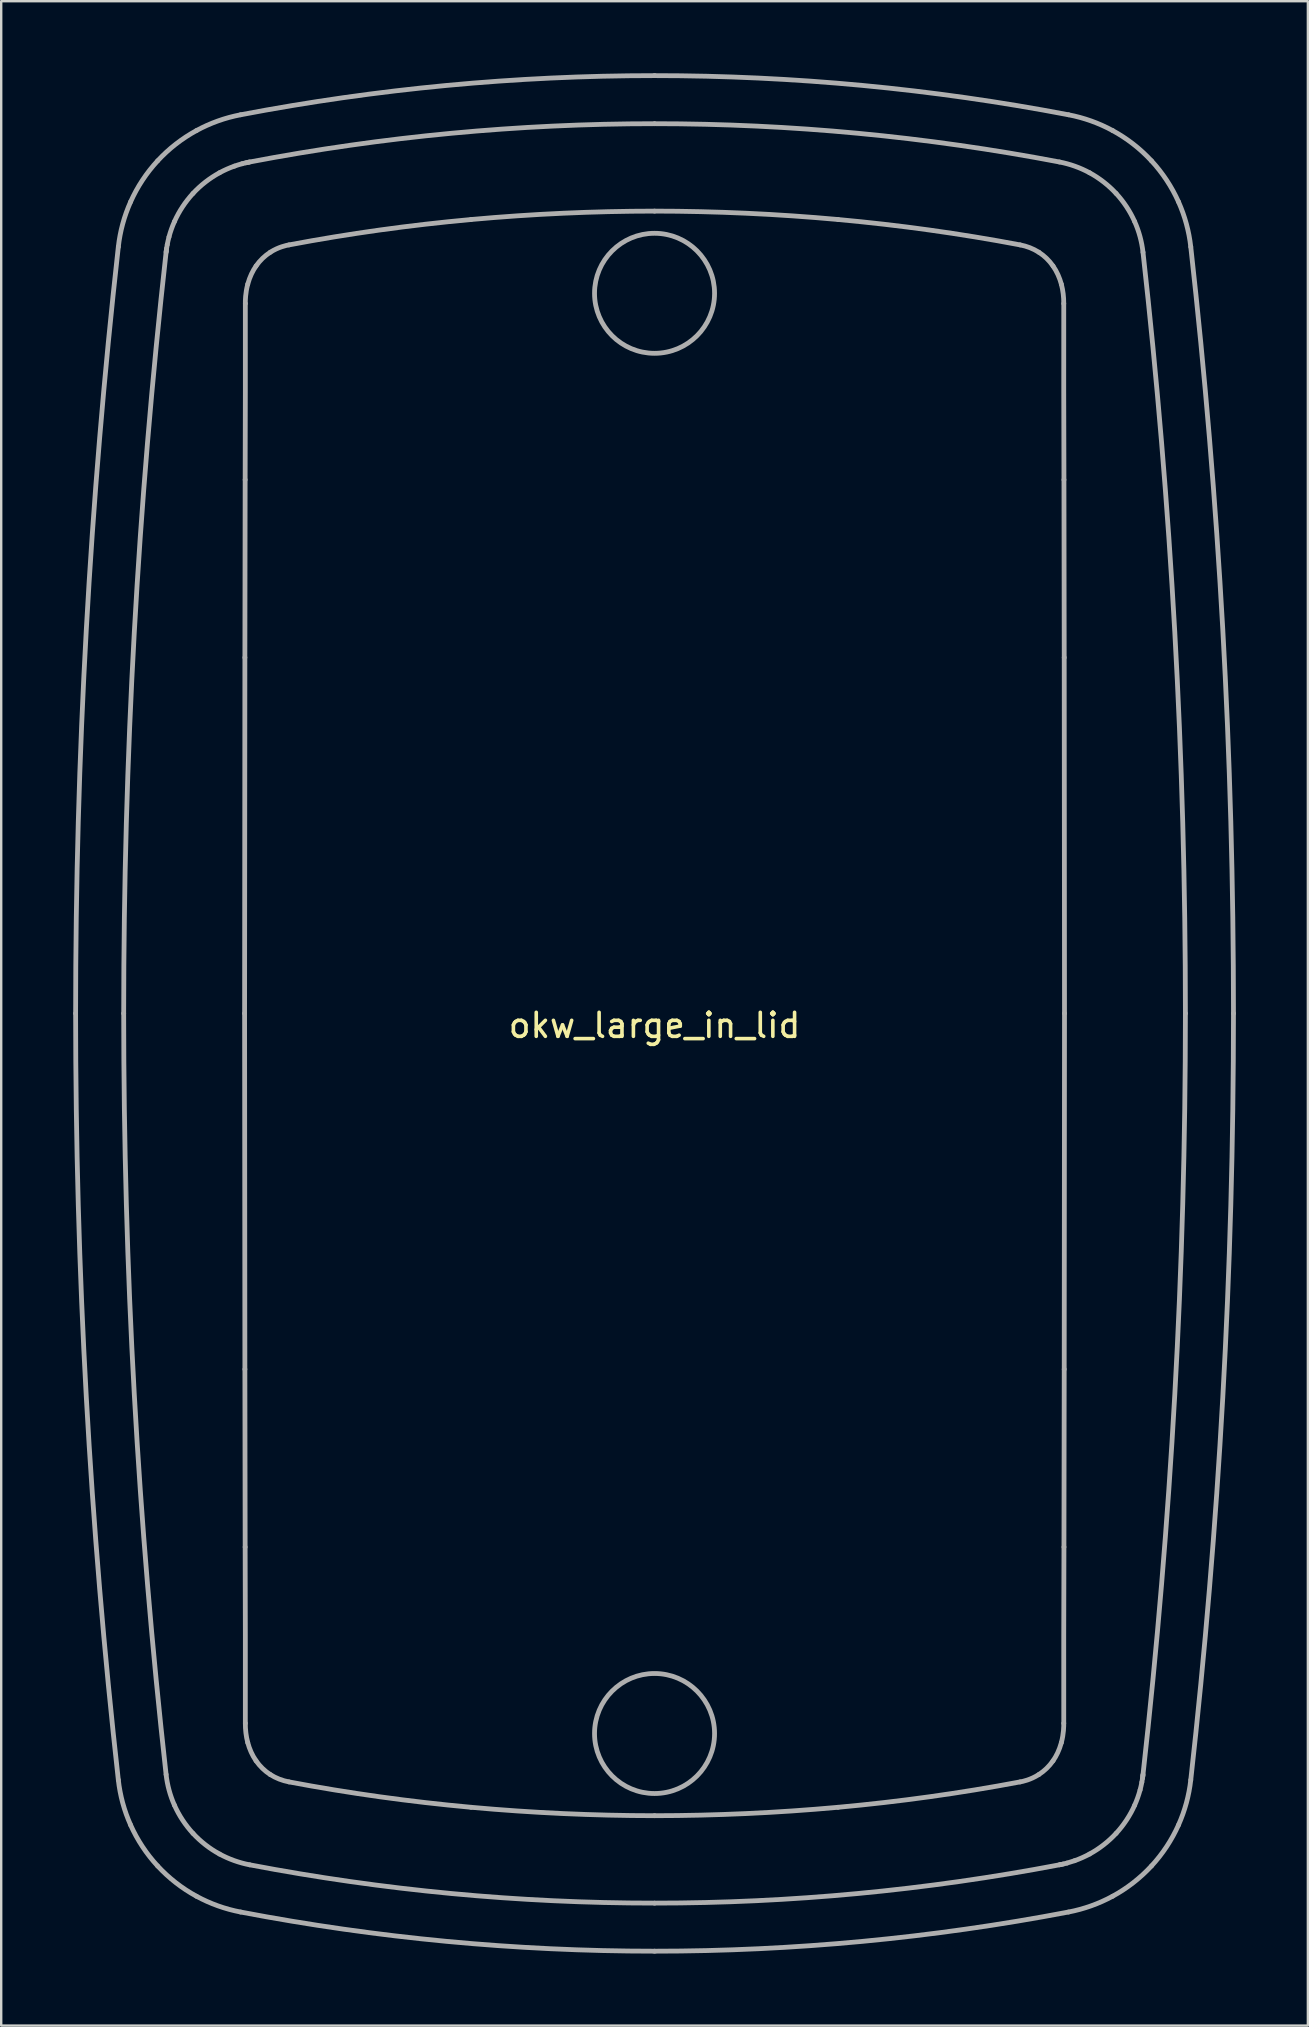
<source format=kicad_pcb>
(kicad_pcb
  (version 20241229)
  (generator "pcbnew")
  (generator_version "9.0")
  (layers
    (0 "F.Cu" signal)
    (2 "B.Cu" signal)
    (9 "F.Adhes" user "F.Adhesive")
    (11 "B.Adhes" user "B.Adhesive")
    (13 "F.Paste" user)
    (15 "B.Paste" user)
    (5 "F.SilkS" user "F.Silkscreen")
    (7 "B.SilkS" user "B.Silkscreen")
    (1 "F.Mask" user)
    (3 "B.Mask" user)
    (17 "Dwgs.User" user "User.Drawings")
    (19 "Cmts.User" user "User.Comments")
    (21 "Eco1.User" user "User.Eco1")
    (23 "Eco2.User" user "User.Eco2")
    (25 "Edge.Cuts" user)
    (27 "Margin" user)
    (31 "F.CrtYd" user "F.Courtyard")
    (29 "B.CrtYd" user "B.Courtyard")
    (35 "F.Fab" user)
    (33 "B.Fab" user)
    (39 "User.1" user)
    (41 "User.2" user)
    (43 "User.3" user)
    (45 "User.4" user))
  (footprint "okw_large_in_lid"
    (layer "F.Cu")
    (at 24.219 39.169)
    (property "Reference" "okw_large_in_lid" (at 0 0.5 0) (layer "F.SilkS") (effects (font (size 1 1) (thickness 0.15))))
    (attr through_hole)
    (fp_arc (start -24.118575 -0.000009) (mid -23.673411 -15.991972) (end -22.339299 -31.934405) (stroke (width 0.2) (type solid)) (layer "F.Fab"))
    (fp_arc (start -22.339299 31.934387) (mid -23.673411 15.991954) (end -24.118575 -0.000009) (stroke (width 0.2) (type solid)) (layer "F.Fab"))
    (fp_arc (start -22.115831 -0.000009) (mid -21.673883 -15.878506) (end -20.349407 -31.707837) (stroke (width 0.2) (type solid)) (layer "F.Fab"))
    (fp_arc (start -20.349406 31.707823) (mid -21.673882 15.87849) (end -22.11583 -0.000009) (stroke (width 0.2) (type solid)) (layer "F.Fab"))
    (fp_arc (start -17.246541 -37.437011) (mid -8.6618 -38.659773) (end -0.000057 -39.068575) (stroke (width 0.2) (type solid)) (layer "F.Fab"))
    (fp_arc (start -16.866793 -35.470594) (mid -8.47106 -36.666131) (end -0.000057 -37.06583) (stroke (width 0.2) (type solid)) (layer "F.Fab"))
    (fp_arc (start -0.000058 -37.06583) (mid 8.470948 -36.66613) (end 16.866685 -35.470593) (stroke (width 0.2) (type solid)) (layer "F.Fab"))
    (fp_arc (start -0.000057 -39.068575) (mid 8.661686 -38.659773) (end 17.246427 -37.437011) (stroke (width 0.2) (type solid)) (layer "F.Fab"))
    (fp_arc (start -0.000057 39.068557) (mid -8.6618 38.659755) (end -17.246541 37.436993) (stroke (width 0.2) (type solid)) (layer "F.Fab"))
    (fp_arc (start -0.000056 37.065812) (mid -8.471062 36.666112) (end -16.866799 35.470575) (stroke (width 0.2) (type solid)) (layer "F.Fab"))
    (fp_arc (start 16.866679 35.470576) (mid 8.470946 36.666113) (end -0.000057 37.065812) (stroke (width 0.2) (type solid)) (layer "F.Fab"))
    (fp_arc (start 17.246427 37.436993) (mid 8.661686 38.659755) (end -0.000057 39.068557) (stroke (width 0.2) (type solid)) (layer "F.Fab"))
    (fp_arc (start 20.349292 -31.707841) (mid 21.673768 -15.878508) (end 22.115716 -0.000009) (stroke (width 0.2) (type solid)) (layer "F.Fab"))
    (fp_arc (start 22.115717 -0.000009) (mid 21.673769 15.878488) (end 20.349293 31.707819) (stroke (width 0.2) (type solid)) (layer "F.Fab"))
    (fp_arc (start 22.339185 -31.934405) (mid 23.673297 -15.991972) (end 24.118461 -0.000009) (stroke (width 0.2) (type solid)) (layer "F.Fab"))
    (fp_arc (start 24.118461 -0.00001) (mid 23.673297 15.991953) (end 22.339185 31.934387) (stroke (width 0.2) (type solid)) (layer "F.Fab"))
    (fp_circle (center -0.000057 -30) (end 2.5 -30) (stroke (width 0.2) (type solid)) (fill no) (layer "F.Fab"))
    (fp_circle (center -0.000057 30) (end 2.5 30) (stroke (width 0.2) (type solid)) (fill no) (layer "F.Fab"))
    (fp_curve (pts (xy -22.339 -31.934) (xy -22.267 -32.583) (xy -22.095 -33.216) (xy -21.828 -33.811)) (stroke (width 0.2) (type solid)) (layer "F.Fab"))
    (fp_curve (pts (xy -22.339 31.934) (xy -22.267 32.583) (xy -22.095 33.216) (xy -21.828 33.811)) (stroke (width 0.2) (type solid)) (layer "F.Fab"))
    (fp_curve (pts (xy -21.828 -33.811) (xy -21.548 -34.438) (xy -21.167 -35.015) (xy -20.701 -35.52)) (stroke (width 0.2) (type solid)) (layer "F.Fab"))
    (fp_curve (pts (xy -21.828 33.811) (xy -21.548 34.438) (xy -21.167 35.015) (xy -20.701 35.52)) (stroke (width 0.2) (type solid)) (layer "F.Fab"))
    (fp_curve (pts (xy -20.701 -35.52) (xy -20.234 -36.025) (xy -19.687 -36.451) (xy -19.083 -36.78)) (stroke (width 0.2) (type solid)) (layer "F.Fab"))
    (fp_curve (pts (xy -20.701 35.52) (xy -20.234 36.025) (xy -19.687 36.451) (xy -19.083 36.78)) (stroke (width 0.2) (type solid)) (layer "F.Fab"))
    (fp_curve (pts (xy -20.349 -31.708) (xy -20.347 -31.728) (xy -20.346 -31.735) (xy -20.345 -31.748)) (stroke (width 0.2) (type solid)) (layer "F.Fab"))
    (fp_curve (pts (xy -20.349 31.708) (xy -20.3 32.148) (xy -20.182 32.585) (xy -20 32.991)) (stroke (width 0.2) (type solid)) (layer "F.Fab"))
    (fp_curve (pts (xy -20.345 -31.748) (xy -20.343 -31.761) (xy -20.341 -31.774) (xy -20.34 -31.787)) (stroke (width 0.2) (type solid)) (layer "F.Fab"))
    (fp_curve (pts (xy -20.34 -31.787) (xy -20.336 -31.814) (xy -20.333 -31.841) (xy -20.329 -31.867)) (stroke (width 0.2) (type solid)) (layer "F.Fab"))
    (fp_curve (pts (xy -20.329 -31.867) (xy -20.321 -31.921) (xy -20.311 -31.975) (xy -20.301 -32.028)) (stroke (width 0.2) (type solid)) (layer "F.Fab"))
    (fp_curve (pts (xy -20.301 -32.028) (xy -20.281 -32.136) (xy -20.256 -32.244) (xy -20.228 -32.351)) (stroke (width 0.2) (type solid)) (layer "F.Fab"))
    (fp_curve (pts (xy -20.228 -32.351) (xy -20.169 -32.571) (xy -20.092 -32.785) (xy -20 -32.991)) (stroke (width 0.2) (type solid)) (layer "F.Fab"))
    (fp_curve (pts (xy -20 -32.991) (xy -19.81 -33.417) (xy -19.546 -33.816) (xy -19.229 -34.16)) (stroke (width 0.2) (type solid)) (layer "F.Fab"))
    (fp_curve (pts (xy -20 32.991) (xy -19.809 33.419) (xy -19.546 33.817) (xy -19.229 34.16)) (stroke (width 0.2) (type solid)) (layer "F.Fab"))
    (fp_curve (pts (xy -19.229 34.16) (xy -18.911 34.504) (xy -18.533 34.798) (xy -18.122 35.022)) (stroke (width 0.2) (type solid)) (layer "F.Fab"))
    (fp_curve (pts (xy -19.229 -34.16) (xy -18.912 -34.504) (xy -18.532 -34.798) (xy -18.122 -35.022)) (stroke (width 0.2) (type solid)) (layer "F.Fab"))
    (fp_curve (pts (xy -19.083 -36.78) (xy -18.508 -37.093) (xy -17.889 -37.314) (xy -17.247 -37.437)) (stroke (width 0.2) (type solid)) (layer "F.Fab"))
    (fp_curve (pts (xy -19.083 36.78) (xy -18.508 37.093) (xy -17.889 37.314) (xy -17.247 37.437)) (stroke (width 0.2) (type solid)) (layer "F.Fab"))
    (fp_curve (pts (xy -18.122 35.022) (xy -17.732 35.234) (xy -17.304 35.387) (xy -16.867 35.471)) (stroke (width 0.2) (type solid)) (layer "F.Fab"))
    (fp_curve (pts (xy -18.122 -35.022) (xy -17.924 -35.13) (xy -17.715 -35.223) (xy -17.5 -35.299)) (stroke (width 0.2) (type solid)) (layer "F.Fab"))
    (fp_curve (pts (xy -17.5 -35.299) (xy -17.396 -35.336) (xy -17.29 -35.369) (xy -17.183 -35.398)) (stroke (width 0.2) (type solid)) (layer "F.Fab"))
    (fp_curve (pts (xy -17.183 -35.398) (xy -17.13 -35.412) (xy -17.078 -35.425) (xy -17.025 -35.437)) (stroke (width 0.2) (type solid)) (layer "F.Fab"))
    (fp_curve (pts (xy -17.067 -14.825) (xy -17.073 -9.891) (xy -17.078 -4.945) (xy -17.079 -0.000249)) (stroke (width 0.2) (type solid)) (layer "F.Fab"))
    (fp_curve (pts (xy -17.067 14.825) (xy -17.073 9.891) (xy -17.078 4.945) (xy -17.079 -0.000249)) (stroke (width 0.2) (type solid)) (layer "F.Fab"))
    (fp_curve (pts (xy -17.056 22.232) (xy -17.06 19.767) (xy -17.064 17.298) (xy -17.067 14.825)) (stroke (width 0.2) (type solid)) (layer "F.Fab"))
    (fp_curve (pts (xy -17.056 -22.233) (xy -17.06 -19.768) (xy -17.064 -17.298) (xy -17.067 -14.825)) (stroke (width 0.2) (type solid)) (layer "F.Fab"))
    (fp_curve (pts (xy -17.048 -29.573) (xy -17.049 -29.686) (xy -17.048 -30.006) (xy -16.948 -30.379)) (stroke (width 0.2) (type solid)) (layer "F.Fab"))
    (fp_curve (pts (xy -17.048 29.572) (xy -17.049 29.843) (xy -17.018 30.116) (xy -16.948 30.378)) (stroke (width 0.2) (type solid)) (layer "F.Fab"))
    (fp_curve (pts (xy -17.048 -29.573) (xy -17.041 -27.189) (xy -17.051 -24.732) (xy -17.056 -22.233)) (stroke (width 0.2) (type solid)) (layer "F.Fab"))
    (fp_curve (pts (xy -17.048 29.572) (xy -17.041 27.188) (xy -17.051 24.731) (xy -17.056 22.232)) (stroke (width 0.2) (type solid)) (layer "F.Fab"))
    (fp_curve (pts (xy -17.025 -35.437) (xy -16.998 -35.443) (xy -16.972 -35.449) (xy -16.946 -35.455)) (stroke (width 0.2) (type solid)) (layer "F.Fab"))
    (fp_curve (pts (xy -16.948 30.378) (xy -16.875 30.649) (xy -16.761 30.908) (xy -16.601 31.138)) (stroke (width 0.2) (type solid)) (layer "F.Fab"))
    (fp_curve (pts (xy -16.948 -30.379) (xy -16.863 -30.693) (xy -16.736 -30.944) (xy -16.6 -31.139)) (stroke (width 0.2) (type solid)) (layer "F.Fab"))
    (fp_curve (pts (xy -16.946 -35.455) (xy -16.933 -35.458) (xy -16.919 -35.46) (xy -16.906 -35.463)) (stroke (width 0.2) (type solid)) (layer "F.Fab"))
    (fp_curve (pts (xy -16.906 -35.463) (xy -16.894 -35.465) (xy -16.887 -35.467) (xy -16.867 -35.471)) (stroke (width 0.2) (type solid)) (layer "F.Fab"))
    (fp_curve (pts (xy -16.601 31.138) (xy -16.442 31.366) (xy -16.243 31.56) (xy -16.01 31.71)) (stroke (width 0.2) (type solid)) (layer "F.Fab"))
    (fp_curve (pts (xy -16.6 -31.139) (xy -16.442 -31.367) (xy -16.243 -31.56) (xy -16.009 -31.71)) (stroke (width 0.2) (type solid)) (layer "F.Fab"))
    (fp_curve (pts (xy -16.01 31.71) (xy -15.772 31.862) (xy -15.507 31.964) (xy -15.23 32.016)) (stroke (width 0.2) (type solid)) (layer "F.Fab"))
    (fp_curve (pts (xy -16.009 -31.71) (xy -15.665 -31.931) (xy -15.34 -31.996) (xy -15.229 -32.017)) (stroke (width 0.2) (type solid)) (layer "F.Fab"))
    (fp_curve (pts (xy -7.644 -33.074) (xy -10.202 -32.84) (xy -12.727 -32.49) (xy -15.229 -32.016)) (stroke (width 0.2) (type solid)) (layer "F.Fab"))
    (fp_curve (pts (xy -7.644 33.074) (xy -10.202 32.84) (xy -12.727 32.49) (xy -15.23 32.016)) (stroke (width 0.2) (type solid)) (layer "F.Fab"))
    (fp_curve (pts (xy -0.000057 -33.424) (xy -2.548 -33.422) (xy -5.107 -33.305) (xy -7.644 -33.074)) (stroke (width 0.2) (type solid)) (layer "F.Fab"))
    (fp_curve (pts (xy -0.000057 -33.424) (xy 2.548 -33.422) (xy 5.107 -33.305) (xy 7.644 -33.074)) (stroke (width 0.2) (type solid)) (layer "F.Fab"))
    (fp_curve (pts (xy 0.000449 33.424) (xy 2.549 33.422) (xy 5.108 33.305) (xy 7.644 33.074)) (stroke (width 0.2) (type solid)) (layer "F.Fab"))
    (fp_curve (pts (xy 0.000449 33.424) (xy -2.548 33.422) (xy -5.107 33.305) (xy -7.644 33.074)) (stroke (width 0.2) (type solid)) (layer "F.Fab"))
    (fp_curve (pts (xy 7.644 -33.074) (xy 10.202 -32.84) (xy 12.727 -32.49) (xy 15.23 -32.016)) (stroke (width 0.2) (type solid)) (layer "F.Fab"))
    (fp_curve (pts (xy 7.644 33.074) (xy 10.202 32.84) (xy 12.727 32.49) (xy 15.229 32.016)) (stroke (width 0.2) (type solid)) (layer "F.Fab"))
    (fp_curve (pts (xy 16.009 31.71) (xy 15.665 31.931) (xy 15.34 31.996) (xy 15.229 32.017)) (stroke (width 0.2) (type solid)) (layer "F.Fab"))
    (fp_curve (pts (xy 16.01 -31.71) (xy 15.772 -31.862) (xy 15.507 -31.964) (xy 15.23 -32.016)) (stroke (width 0.2) (type solid)) (layer "F.Fab"))
    (fp_curve (pts (xy 16.6 31.139) (xy 16.442 31.367) (xy 16.242 31.56) (xy 16.009 31.71)) (stroke (width 0.2) (type solid)) (layer "F.Fab"))
    (fp_curve (pts (xy 16.6 -31.138) (xy 16.442 -31.366) (xy 16.243 -31.56) (xy 16.01 -31.71)) (stroke (width 0.2) (type solid)) (layer "F.Fab"))
    (fp_curve (pts (xy 16.906 35.463) (xy 16.893 35.465) (xy 16.887 35.467) (xy 16.867 35.471)) (stroke (width 0.2) (type solid)) (layer "F.Fab"))
    (fp_curve (pts (xy 16.946 35.455) (xy 16.932 35.458) (xy 16.919 35.46) (xy 16.906 35.463)) (stroke (width 0.2) (type solid)) (layer "F.Fab"))
    (fp_curve (pts (xy 16.948 30.379) (xy 16.863 30.693) (xy 16.736 30.944) (xy 16.6 31.139)) (stroke (width 0.2) (type solid)) (layer "F.Fab"))
    (fp_curve (pts (xy 16.948 -30.378) (xy 16.875 -30.649) (xy 16.761 -30.908) (xy 16.6 -31.138)) (stroke (width 0.2) (type solid)) (layer "F.Fab"))
    (fp_curve (pts (xy 17.025 35.437) (xy 16.998 35.443) (xy 16.972 35.449) (xy 16.946 35.455)) (stroke (width 0.2) (type solid)) (layer "F.Fab"))
    (fp_curve (pts (xy 17.048 -29.572) (xy 17.041 -27.188) (xy 17.051 -24.731) (xy 17.056 -22.232)) (stroke (width 0.2) (type solid)) (layer "F.Fab"))
    (fp_curve (pts (xy 17.048 29.573) (xy 17.041 27.189) (xy 17.051 24.732) (xy 17.056 22.232)) (stroke (width 0.2) (type solid)) (layer "F.Fab"))
    (fp_curve (pts (xy 17.048 -29.572) (xy 17.049 -29.843) (xy 17.018 -30.116) (xy 16.948 -30.378)) (stroke (width 0.2) (type solid)) (layer "F.Fab"))
    (fp_curve (pts (xy 17.048 29.573) (xy 17.048 29.686) (xy 17.048 30.006) (xy 16.948 30.379)) (stroke (width 0.2) (type solid)) (layer "F.Fab"))
    (fp_curve (pts (xy 17.056 22.232) (xy 17.06 19.768) (xy 17.064 17.298) (xy 17.067 14.825)) (stroke (width 0.2) (type solid)) (layer "F.Fab"))
    (fp_curve (pts (xy 17.056 -22.232) (xy 17.06 -19.767) (xy 17.064 -17.298) (xy 17.067 -14.825)) (stroke (width 0.2) (type solid)) (layer "F.Fab"))
    (fp_curve (pts (xy 17.067 -14.825) (xy 17.073 -9.891) (xy 17.078 -4.945) (xy 17.079 -0.000009)) (stroke (width 0.2) (type solid)) (layer "F.Fab"))
    (fp_curve (pts (xy 17.067 14.825) (xy 17.073 9.891) (xy 17.078 4.945) (xy 17.079 -0.000009)) (stroke (width 0.2) (type solid)) (layer "F.Fab"))
    (fp_curve (pts (xy 17.183 35.398) (xy 17.13 35.412) (xy 17.078 35.425) (xy 17.025 35.437)) (stroke (width 0.2) (type solid)) (layer "F.Fab"))
    (fp_curve (pts (xy 17.5 35.299) (xy 17.395 35.336) (xy 17.29 35.369) (xy 17.183 35.398)) (stroke (width 0.2) (type solid)) (layer "F.Fab"))
    (fp_curve (pts (xy 18.122 35.022) (xy 17.923 35.13) (xy 17.715 35.223) (xy 17.5 35.299)) (stroke (width 0.2) (type solid)) (layer "F.Fab"))
    (fp_curve (pts (xy 18.122 -35.022) (xy 17.732 -35.234) (xy 17.304 -35.387) (xy 16.867 -35.471)) (stroke (width 0.2) (type solid)) (layer "F.Fab"))
    (fp_curve (pts (xy 19.083 -36.78) (xy 18.508 -37.093) (xy 17.889 -37.314) (xy 17.246 -37.437)) (stroke (width 0.2) (type solid)) (layer "F.Fab"))
    (fp_curve (pts (xy 19.083 36.78) (xy 18.508 37.093) (xy 17.889 37.314) (xy 17.246 37.437)) (stroke (width 0.2) (type solid)) (layer "F.Fab"))
    (fp_curve (pts (xy 19.229 34.16) (xy 18.911 34.504) (xy 18.532 34.798) (xy 18.122 35.022)) (stroke (width 0.2) (type solid)) (layer "F.Fab"))
    (fp_curve (pts (xy 19.229 -34.16) (xy 18.911 -34.504) (xy 18.533 -34.798) (xy 18.122 -35.022)) (stroke (width 0.2) (type solid)) (layer "F.Fab"))
    (fp_curve (pts (xy 20 -32.991) (xy 19.809 -33.419) (xy 19.546 -33.817) (xy 19.229 -34.16)) (stroke (width 0.2) (type solid)) (layer "F.Fab"))
    (fp_curve (pts (xy 20 32.991) (xy 19.81 33.417) (xy 19.546 33.816) (xy 19.229 34.16)) (stroke (width 0.2) (type solid)) (layer "F.Fab"))
    (fp_curve (pts (xy 20.228 32.351) (xy 20.168 32.571) (xy 20.092 32.785) (xy 20 32.991)) (stroke (width 0.2) (type solid)) (layer "F.Fab"))
    (fp_curve (pts (xy 20.301 32.028) (xy 20.281 32.136) (xy 20.256 32.244) (xy 20.228 32.351)) (stroke (width 0.2) (type solid)) (layer "F.Fab"))
    (fp_curve (pts (xy 20.328 31.867) (xy 20.32 31.921) (xy 20.311 31.975) (xy 20.301 32.028)) (stroke (width 0.2) (type solid)) (layer "F.Fab"))
    (fp_curve (pts (xy 20.34 31.787) (xy 20.336 31.814) (xy 20.332 31.841) (xy 20.328 31.867)) (stroke (width 0.2) (type solid)) (layer "F.Fab"))
    (fp_curve (pts (xy 20.345 31.748) (xy 20.343 31.761) (xy 20.341 31.774) (xy 20.34 31.787)) (stroke (width 0.2) (type solid)) (layer "F.Fab"))
    (fp_curve (pts (xy 20.349 -31.708) (xy 20.3 -32.148) (xy 20.182 -32.585) (xy 20 -32.991)) (stroke (width 0.2) (type solid)) (layer "F.Fab"))
    (fp_curve (pts (xy 20.349 31.708) (xy 20.347 31.728) (xy 20.346 31.735) (xy 20.345 31.748)) (stroke (width 0.2) (type solid)) (layer "F.Fab"))
    (fp_curve (pts (xy 20.701 -35.52) (xy 20.234 -36.025) (xy 19.687 -36.451) (xy 19.083 -36.78)) (stroke (width 0.2) (type solid)) (layer "F.Fab"))
    (fp_curve (pts (xy 20.701 35.52) (xy 20.234 36.025) (xy 19.687 36.451) (xy 19.083 36.78)) (stroke (width 0.2) (type solid)) (layer "F.Fab"))
    (fp_curve (pts (xy 21.828 -33.811) (xy 21.548 -34.438) (xy 21.167 -35.015) (xy 20.701 -35.52)) (stroke (width 0.2) (type solid)) (layer "F.Fab"))
    (fp_curve (pts (xy 21.828 33.811) (xy 21.548 34.438) (xy 21.167 35.015) (xy 20.701 35.52)) (stroke (width 0.2) (type solid)) (layer "F.Fab"))
    (fp_curve (pts (xy 22.339 -31.934) (xy 22.267 -32.583) (xy 22.094 -33.216) (xy 21.828 -33.811)) (stroke (width 0.2) (type solid)) (layer "F.Fab"))
    (fp_curve (pts (xy 22.339 31.934) (xy 22.267 32.583) (xy 22.094 33.216) (xy 21.828 33.811)) (stroke (width 0.2) (type solid)) (layer "F.Fab")))
  (gr_rect
    (start -3 -3)
    (end 51.437 81.337)
    (stroke (width 0.1) (type default))
    (fill no)
    (layer "Edge.Cuts")))
</source>
